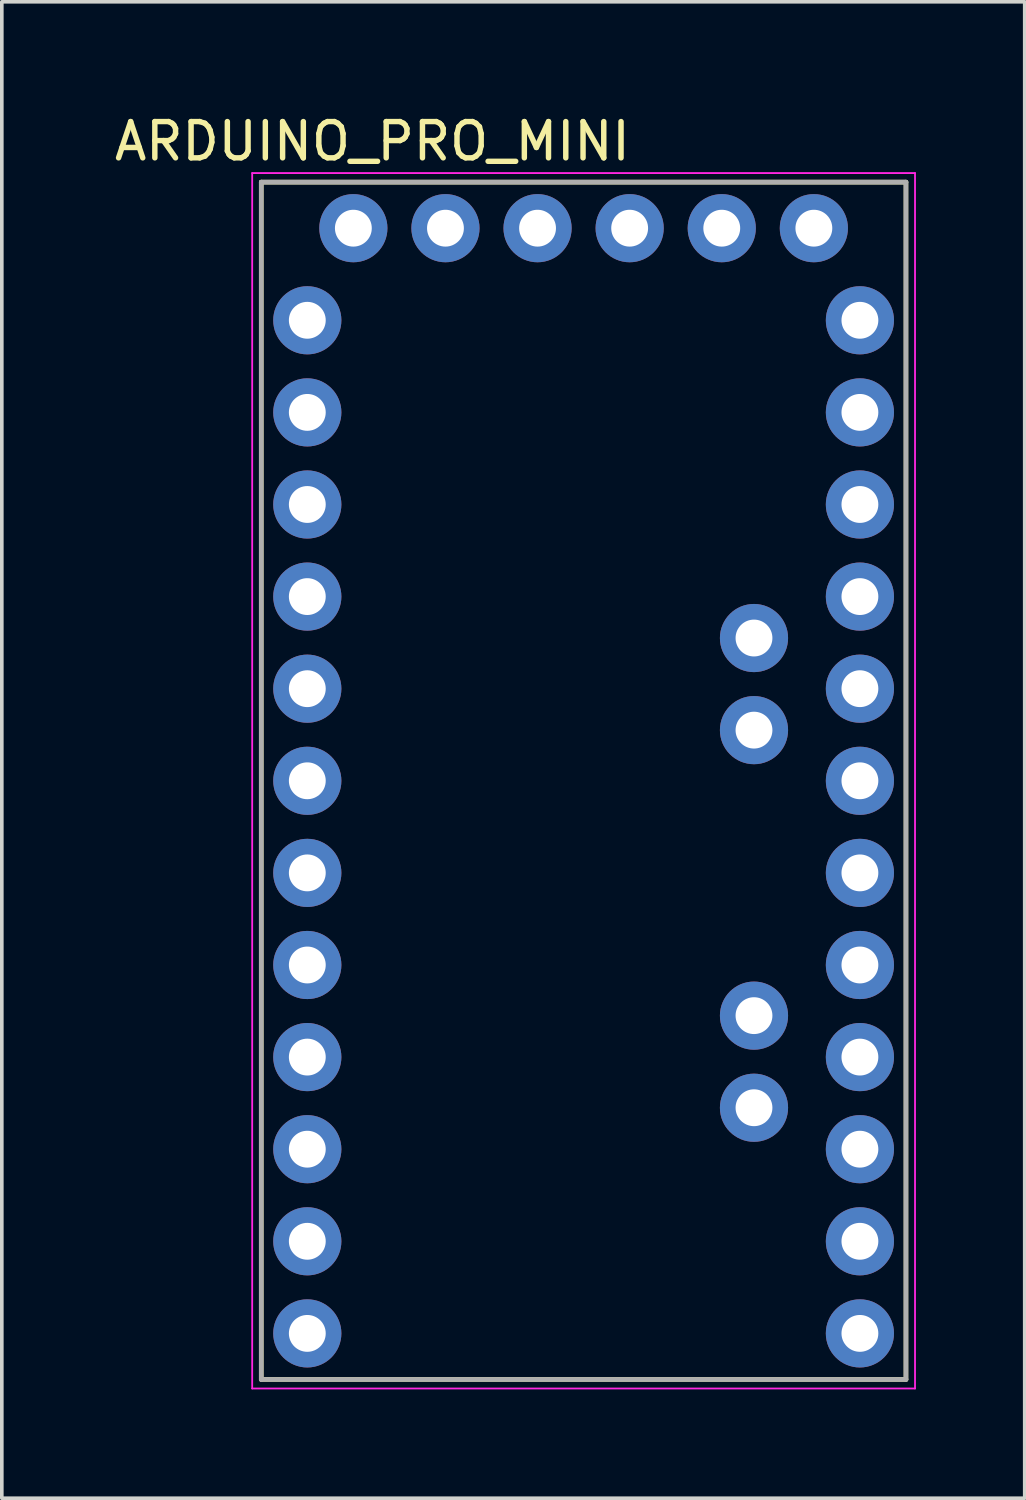
<source format=kicad_pcb>
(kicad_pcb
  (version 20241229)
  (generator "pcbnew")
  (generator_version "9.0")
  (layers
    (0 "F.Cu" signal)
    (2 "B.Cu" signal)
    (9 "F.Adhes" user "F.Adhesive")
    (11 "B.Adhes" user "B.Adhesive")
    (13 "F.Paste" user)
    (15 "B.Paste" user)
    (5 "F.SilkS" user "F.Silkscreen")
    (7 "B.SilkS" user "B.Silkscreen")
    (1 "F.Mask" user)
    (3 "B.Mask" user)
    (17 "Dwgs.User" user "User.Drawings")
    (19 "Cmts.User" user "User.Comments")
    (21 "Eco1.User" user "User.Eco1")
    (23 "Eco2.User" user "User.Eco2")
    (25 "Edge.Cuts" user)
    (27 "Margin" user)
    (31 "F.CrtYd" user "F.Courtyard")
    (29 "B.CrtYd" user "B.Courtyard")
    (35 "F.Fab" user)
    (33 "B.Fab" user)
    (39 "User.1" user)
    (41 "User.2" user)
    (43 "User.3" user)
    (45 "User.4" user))
  (footprint "ARDUINO_PRO_MINI"
    (layer "F.Cu")
    (at 13.045 18.483)
    (property "Reference" "ARDUINO_PRO_MINI" (at -5.825 -17.635 0) (layer "F.SilkS") (effects (font (size 1 1) (thickness 0.15))))
    (attr through_hole)
    (fp_line (start -8.89 -16.51) (end -8.89 16.51) (stroke (width 0.127) (type solid)) (layer "F.SilkS"))
    (fp_line (start -8.89 16.51) (end 8.89 16.51) (stroke (width 0.127) (type solid)) (layer "F.SilkS"))
    (fp_line (start 8.89 -16.51) (end -8.89 -16.51) (stroke (width 0.127) (type solid)) (layer "F.SilkS"))
    (fp_line (start 8.89 16.51) (end 8.89 -16.51) (stroke (width 0.127) (type solid)) (layer "F.SilkS"))
    (fp_line (start -9.14 -16.76) (end 9.14 -16.76) (stroke (width 0.05) (type solid)) (layer "F.CrtYd"))
    (fp_line (start -9.14 16.76) (end -9.14 -16.76) (stroke (width 0.05) (type solid)) (layer "F.CrtYd"))
    (fp_line (start 9.14 -16.76) (end 9.14 16.76) (stroke (width 0.05) (type solid)) (layer "F.CrtYd"))
    (fp_line (start 9.14 16.76) (end -9.14 16.76) (stroke (width 0.05) (type solid)) (layer "F.CrtYd"))
    (fp_line (start -8.89 -16.51) (end -8.89 16.51) (stroke (width 0.127) (type solid)) (layer "F.Fab"))
    (fp_line (start -8.89 16.51) (end 8.89 16.51) (stroke (width 0.127) (type solid)) (layer "F.Fab"))
    (fp_line (start 8.89 -16.51) (end -8.89 -16.51) (stroke (width 0.127) (type solid)) (layer "F.Fab"))
    (fp_line (start 8.89 16.51) (end 8.89 -16.51) (stroke (width 0.127) (type solid)) (layer "F.Fab"))
    (pad "JP1_1" thru_hole circle (at 6.35 -15.24) (size 1.88 1.88) (drill 1.016) (layers "*.Cu" "*.Mask"))
    (pad "JP1_2" thru_hole circle (at 3.81 -15.24) (size 1.88 1.88) (drill 1.016) (layers "*.Cu" "*.Mask"))
    (pad "JP1_3" thru_hole circle (at 1.27 -15.24) (size 1.88 1.88) (drill 1.016) (layers "*.Cu" "*.Mask"))
    (pad "JP1_4" thru_hole circle (at -1.27 -15.24) (size 1.88 1.88) (drill 1.016) (layers "*.Cu" "*.Mask"))
    (pad "JP1_5" thru_hole circle (at -3.81 -15.24) (size 1.88 1.88) (drill 1.016) (layers "*.Cu" "*.Mask"))
    (pad "JP1_6" thru_hole circle (at -6.35 -15.24) (size 1.88 1.88) (drill 1.016) (layers "*.Cu" "*.Mask"))
    (pad "JP2_1" thru_hole circle (at 4.699 -1.397) (size 1.88 1.88) (drill 1.016) (layers "*.Cu" "*.Mask"))
    (pad "JP2_2" thru_hole circle (at 4.699 -3.937) (size 1.88 1.88) (drill 1.016) (layers "*.Cu" "*.Mask"))
    (pad "JP3_1" thru_hole circle (at 4.699 9.017) (size 1.88 1.88) (drill 1.016) (layers "*.Cu" "*.Mask"))
    (pad "JP3_2" thru_hole circle (at 4.699 6.477) (size 1.88 1.88) (drill 1.016) (layers "*.Cu" "*.Mask"))
    (pad "JP6_1" thru_hole circle (at 7.62 -12.7) (size 1.88 1.88) (drill 1.016) (layers "*.Cu" "*.Mask"))
    (pad "JP6_2" thru_hole circle (at 7.62 -10.16) (size 1.88 1.88) (drill 1.016) (layers "*.Cu" "*.Mask"))
    (pad "JP6_3" thru_hole circle (at 7.62 -7.62) (size 1.88 1.88) (drill 1.016) (layers "*.Cu" "*.Mask"))
    (pad "JP6_4" thru_hole circle (at 7.62 -5.08) (size 1.88 1.88) (drill 1.016) (layers "*.Cu" "*.Mask"))
    (pad "JP6_5" thru_hole circle (at 7.62 -2.54) (size 1.88 1.88) (drill 1.016) (layers "*.Cu" "*.Mask"))
    (pad "JP6_6" thru_hole circle (at 7.62 0) (size 1.88 1.88) (drill 1.016) (layers "*.Cu" "*.Mask"))
    (pad "JP6_7" thru_hole circle (at 7.62 2.54) (size 1.88 1.88) (drill 1.016) (layers "*.Cu" "*.Mask"))
    (pad "JP6_8" thru_hole circle (at 7.62 5.08) (size 1.88 1.88) (drill 1.016) (layers "*.Cu" "*.Mask"))
    (pad "JP6_9" thru_hole circle (at 7.62 7.62) (size 1.88 1.88) (drill 1.016) (layers "*.Cu" "*.Mask"))
    (pad "JP6_10" thru_hole circle (at 7.62 10.16) (size 1.88 1.88) (drill 1.016) (layers "*.Cu" "*.Mask"))
    (pad "JP6_11" thru_hole circle (at 7.62 12.7) (size 1.88 1.88) (drill 1.016) (layers "*.Cu" "*.Mask"))
    (pad "JP6_12" thru_hole circle (at 7.62 15.24) (size 1.88 1.88) (drill 1.016) (layers "*.Cu" "*.Mask"))
    (pad "JP7_1" thru_hole circle (at -7.62 15.24) (size 1.88 1.88) (drill 1.016) (layers "*.Cu" "*.Mask"))
    (pad "JP7_2" thru_hole circle (at -7.62 12.7) (size 1.88 1.88) (drill 1.016) (layers "*.Cu" "*.Mask"))
    (pad "JP7_3" thru_hole circle (at -7.62 10.16) (size 1.88 1.88) (drill 1.016) (layers "*.Cu" "*.Mask"))
    (pad "JP7_4" thru_hole circle (at -7.62 7.62) (size 1.88 1.88) (drill 1.016) (layers "*.Cu" "*.Mask"))
    (pad "JP7_5" thru_hole circle (at -7.62 5.08) (size 1.88 1.88) (drill 1.016) (layers "*.Cu" "*.Mask"))
    (pad "JP7_6" thru_hole circle (at -7.62 2.54) (size 1.88 1.88) (drill 1.016) (layers "*.Cu" "*.Mask"))
    (pad "JP7_7" thru_hole circle (at -7.62 0) (size 1.88 1.88) (drill 1.016) (layers "*.Cu" "*.Mask"))
    (pad "JP7_8" thru_hole circle (at -7.62 -2.54) (size 1.88 1.88) (drill 1.016) (layers "*.Cu" "*.Mask"))
    (pad "JP7_9" thru_hole circle (at -7.62 -5.08) (size 1.88 1.88) (drill 1.016) (layers "*.Cu" "*.Mask"))
    (pad "JP7_10" thru_hole circle (at -7.62 -7.62) (size 1.88 1.88) (drill 1.016) (layers "*.Cu" "*.Mask"))
    (pad "JP7_11" thru_hole circle (at -7.62 -10.16) (size 1.88 1.88) (drill 1.016) (layers "*.Cu" "*.Mask"))
    (pad "JP7_12" thru_hole circle (at -7.62 -12.7) (size 1.88 1.88) (drill 1.016) (layers "*.Cu" "*.Mask")))
  (gr_rect
    (start -3 -3)
    (end 25.21 38.268)
    (stroke (width 0.1) (type default))
    (fill no)
    (layer "Edge.Cuts")))
</source>
